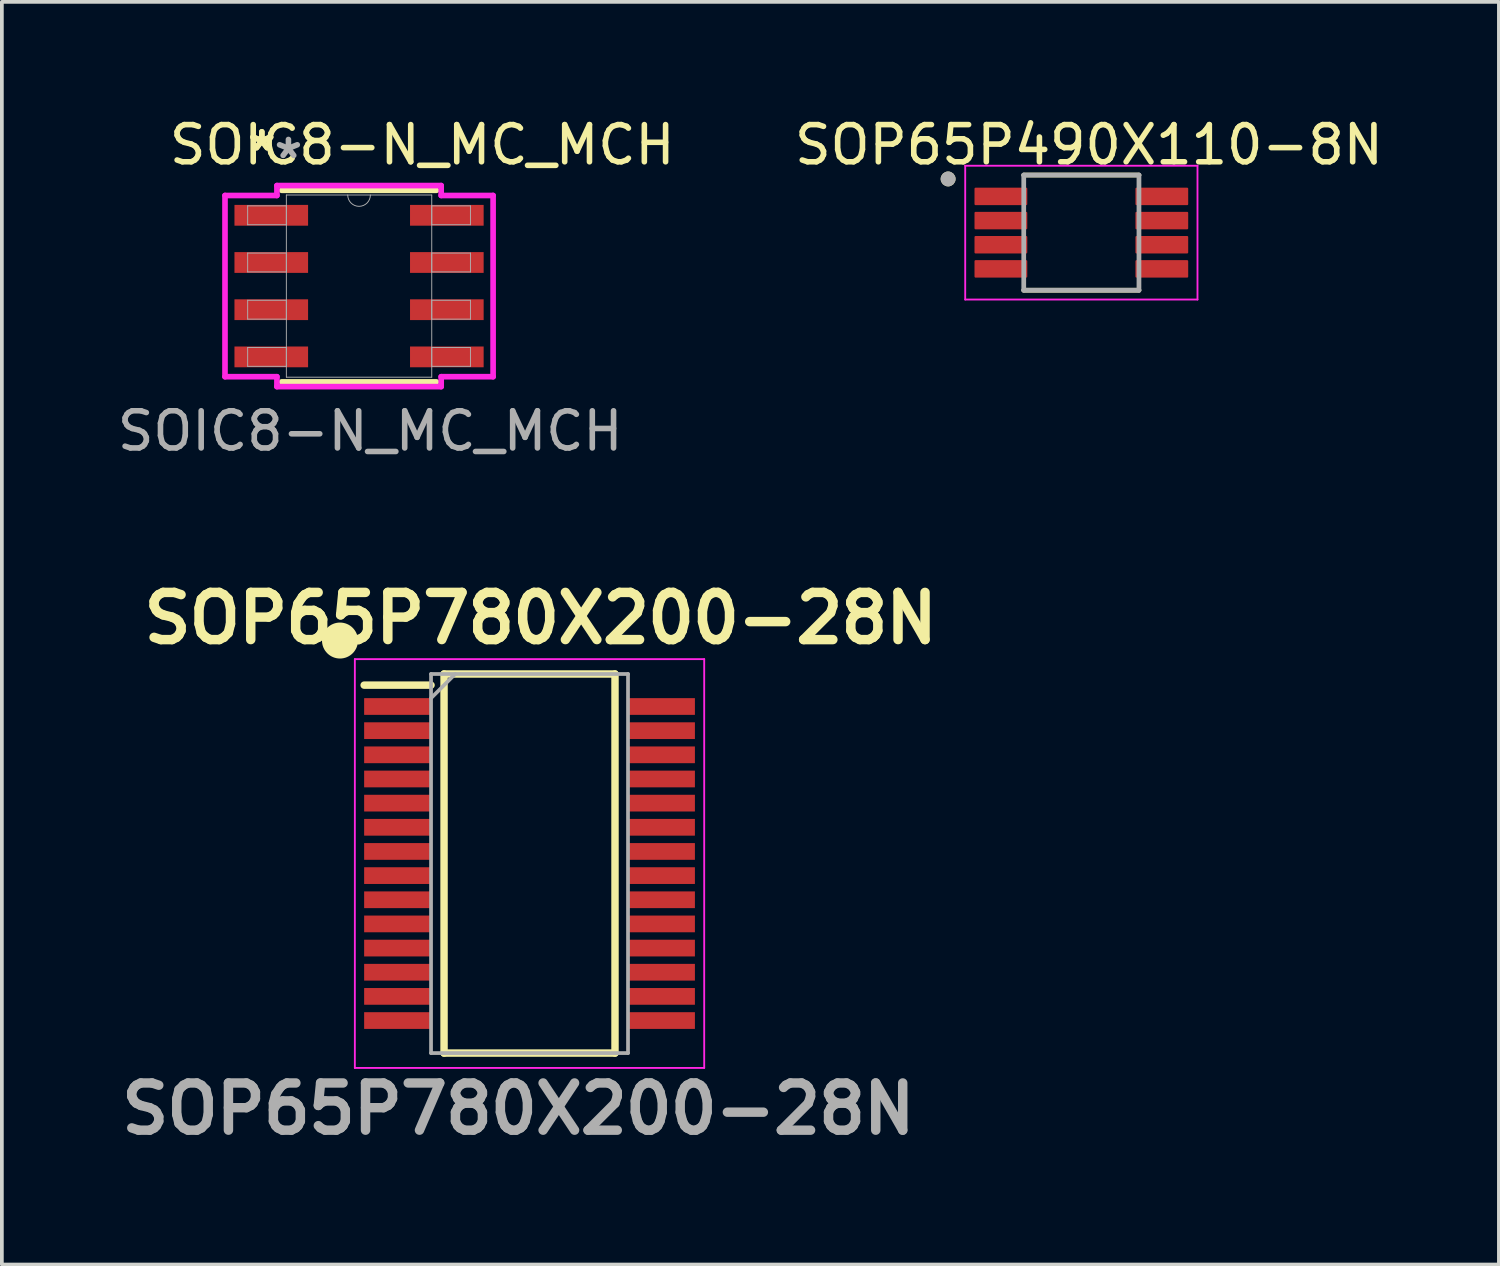
<source format=kicad_pcb>
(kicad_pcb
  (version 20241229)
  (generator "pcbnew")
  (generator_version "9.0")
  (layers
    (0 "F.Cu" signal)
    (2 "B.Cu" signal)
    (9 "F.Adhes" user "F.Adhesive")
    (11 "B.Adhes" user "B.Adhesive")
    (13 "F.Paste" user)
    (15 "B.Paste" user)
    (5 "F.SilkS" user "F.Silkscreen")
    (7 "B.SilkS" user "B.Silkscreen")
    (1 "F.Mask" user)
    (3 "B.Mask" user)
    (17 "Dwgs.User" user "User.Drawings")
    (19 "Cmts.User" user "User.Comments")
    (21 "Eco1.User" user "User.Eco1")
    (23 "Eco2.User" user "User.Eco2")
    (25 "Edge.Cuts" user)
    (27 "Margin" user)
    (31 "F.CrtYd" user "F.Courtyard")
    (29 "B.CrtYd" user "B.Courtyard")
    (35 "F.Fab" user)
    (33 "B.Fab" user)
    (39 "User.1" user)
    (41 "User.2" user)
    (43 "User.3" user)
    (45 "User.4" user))
  (footprint "SOIC8-N_MC_MCH"
    (layer "F.Cu")
    (at 6.611 4.648)
    (property "Reference" "SOIC8-N_MC_MCH" (at 1.7 -3.8 0) (unlocked yes) (layer "F.SilkS") (effects (font (size 1 1) (thickness 0.15))))
    (attr smd)
    (fp_line (start -2.083 2.578) (end 2.083 2.578) (stroke (width 0.152) (type solid)) (layer "F.SilkS"))
    (fp_line (start 2.083 -2.578) (end -2.083 -2.578) (stroke (width 0.152) (type solid)) (layer "F.SilkS"))
    (fp_line (start -3.607 -2.438) (end -2.21 -2.438) (stroke (width 0.152) (type solid)) (layer "F.CrtYd"))
    (fp_line (start -3.607 2.438) (end -3.607 -2.438) (stroke (width 0.152) (type solid)) (layer "F.CrtYd"))
    (fp_line (start -3.607 2.438) (end -2.21 2.438) (stroke (width 0.152) (type solid)) (layer "F.CrtYd"))
    (fp_line (start -2.21 -2.705) (end 2.21 -2.705) (stroke (width 0.152) (type solid)) (layer "F.CrtYd"))
    (fp_line (start -2.21 -2.438) (end -2.21 -2.705) (stroke (width 0.152) (type solid)) (layer "F.CrtYd"))
    (fp_line (start -2.21 2.705) (end -2.21 2.438) (stroke (width 0.152) (type solid)) (layer "F.CrtYd"))
    (fp_line (start 2.21 -2.705) (end 2.21 -2.438) (stroke (width 0.152) (type solid)) (layer "F.CrtYd"))
    (fp_line (start 2.21 2.438) (end 2.21 2.705) (stroke (width 0.152) (type solid)) (layer "F.CrtYd"))
    (fp_line (start 2.21 2.705) (end -2.21 2.705) (stroke (width 0.152) (type solid)) (layer "F.CrtYd"))
    (fp_line (start 3.607 -2.438) (end 2.21 -2.438) (stroke (width 0.152) (type solid)) (layer "F.CrtYd"))
    (fp_line (start 3.607 -2.438) (end 3.607 2.438) (stroke (width 0.152) (type solid)) (layer "F.CrtYd"))
    (fp_line (start 3.607 2.438) (end 2.21 2.438) (stroke (width 0.152) (type solid)) (layer "F.CrtYd"))
    (fp_line (start -2.997 -2.159) (end -2.997 -1.651) (stroke (width 0.025) (type solid)) (layer "F.Fab"))
    (fp_line (start -2.997 -1.651) (end -1.956 -1.651) (stroke (width 0.025) (type solid)) (layer "F.Fab"))
    (fp_line (start -2.997 -0.889) (end -2.997 -0.381) (stroke (width 0.025) (type solid)) (layer "F.Fab"))
    (fp_line (start -2.997 -0.381) (end -1.956 -0.381) (stroke (width 0.025) (type solid)) (layer "F.Fab"))
    (fp_line (start -2.997 0.381) (end -2.997 0.889) (stroke (width 0.025) (type solid)) (layer "F.Fab"))
    (fp_line (start -2.997 0.889) (end -1.956 0.889) (stroke (width 0.025) (type solid)) (layer "F.Fab"))
    (fp_line (start -2.997 1.651) (end -2.997 2.159) (stroke (width 0.025) (type solid)) (layer "F.Fab"))
    (fp_line (start -2.997 2.159) (end -1.956 2.159) (stroke (width 0.025) (type solid)) (layer "F.Fab"))
    (fp_line (start -1.956 -2.451) (end -1.956 2.451) (stroke (width 0.025) (type solid)) (layer "F.Fab"))
    (fp_line (start -1.956 -2.159) (end -2.997 -2.159) (stroke (width 0.025) (type solid)) (layer "F.Fab"))
    (fp_line (start -1.956 -1.651) (end -1.956 -2.159) (stroke (width 0.025) (type solid)) (layer "F.Fab"))
    (fp_line (start -1.956 -0.889) (end -2.997 -0.889) (stroke (width 0.025) (type solid)) (layer "F.Fab"))
    (fp_line (start -1.956 -0.381) (end -1.956 -0.889) (stroke (width 0.025) (type solid)) (layer "F.Fab"))
    (fp_line (start -1.956 0.381) (end -2.997 0.381) (stroke (width 0.025) (type solid)) (layer "F.Fab"))
    (fp_line (start -1.956 0.889) (end -1.956 0.381) (stroke (width 0.025) (type solid)) (layer "F.Fab"))
    (fp_line (start -1.956 1.651) (end -2.997 1.651) (stroke (width 0.025) (type solid)) (layer "F.Fab"))
    (fp_line (start -1.956 2.159) (end -1.956 1.651) (stroke (width 0.025) (type solid)) (layer "F.Fab"))
    (fp_line (start -1.956 2.451) (end 1.956 2.451) (stroke (width 0.025) (type solid)) (layer "F.Fab"))
    (fp_line (start 1.956 -2.451) (end -1.956 -2.451) (stroke (width 0.025) (type solid)) (layer "F.Fab"))
    (fp_line (start 1.956 -2.159) (end 1.956 -1.651) (stroke (width 0.025) (type solid)) (layer "F.Fab"))
    (fp_line (start 1.956 -1.651) (end 2.997 -1.651) (stroke (width 0.025) (type solid)) (layer "F.Fab"))
    (fp_line (start 1.956 -0.889) (end 1.956 -0.381) (stroke (width 0.025) (type solid)) (layer "F.Fab"))
    (fp_line (start 1.956 -0.381) (end 2.997 -0.381) (stroke (width 0.025) (type solid)) (layer "F.Fab"))
    (fp_line (start 1.956 0.381) (end 1.956 0.889) (stroke (width 0.025) (type solid)) (layer "F.Fab"))
    (fp_line (start 1.956 0.889) (end 2.997 0.889) (stroke (width 0.025) (type solid)) (layer "F.Fab"))
    (fp_line (start 1.956 1.651) (end 1.956 2.159) (stroke (width 0.025) (type solid)) (layer "F.Fab"))
    (fp_line (start 1.956 2.159) (end 2.997 2.159) (stroke (width 0.025) (type solid)) (layer "F.Fab"))
    (fp_line (start 1.956 2.451) (end 1.956 -2.451) (stroke (width 0.025) (type solid)) (layer "F.Fab"))
    (fp_line (start 2.997 -2.159) (end 1.956 -2.159) (stroke (width 0.025) (type solid)) (layer "F.Fab"))
    (fp_line (start 2.997 -1.651) (end 2.997 -2.159) (stroke (width 0.025) (type solid)) (layer "F.Fab"))
    (fp_line (start 2.997 -0.889) (end 1.956 -0.889) (stroke (width 0.025) (type solid)) (layer "F.Fab"))
    (fp_line (start 2.997 -0.381) (end 2.997 -0.889) (stroke (width 0.025) (type solid)) (layer "F.Fab"))
    (fp_line (start 2.997 0.381) (end 1.956 0.381) (stroke (width 0.025) (type solid)) (layer "F.Fab"))
    (fp_line (start 2.997 0.889) (end 2.997 0.381) (stroke (width 0.025) (type solid)) (layer "F.Fab"))
    (fp_line (start 2.997 1.651) (end 1.956 1.651) (stroke (width 0.025) (type solid)) (layer "F.Fab"))
    (fp_line (start 2.997 2.159) (end 2.997 1.651) (stroke (width 0.025) (type solid)) (layer "F.Fab"))
    (fp_arc (start 0.3048 -2.4511) (mid 0 -2.1463) (end -0.3048 -2.4511) (stroke (width 0.0254) (type solid)) (layer "F.Fab"))
    (fp_text user "*" (at -2.616 -3.607 0) (layer "F.SilkS") (effects (font (size 1 1) (thickness 0.15))))
    (fp_text user "*" (at -2.616 -3.607 0) (unlocked yes) (layer "F.SilkS") (effects (font (size 1 1) (thickness 0.15))))
    (fp_text user "${REFERENCE}" (at 0.3 3.9 0) (unlocked yes) (layer "F.Fab") (effects (font (size 1 1) (thickness 0.15))))
    (fp_text user "*" (at -1.9 -3.4 0) (unlocked yes) (layer "F.Fab") (effects (font (size 1 1) (thickness 0.15))))
    (pad "1" smd rect (at -2.362 -1.905) (size 1.981 0.559) (layers "F.Cu" "F.Mask" "F.Paste"))
    (pad "2" smd rect (at -2.362 -0.635) (size 1.981 0.559) (layers "F.Cu" "F.Mask" "F.Paste"))
    (pad "3" smd rect (at -2.362 0.635) (size 1.981 0.559) (layers "F.Cu" "F.Mask" "F.Paste"))
    (pad "4" smd rect (at -2.362 1.905) (size 1.981 0.559) (layers "F.Cu" "F.Mask" "F.Paste"))
    (pad "5" smd rect (at 2.362 1.905) (size 1.981 0.559) (layers "F.Cu" "F.Mask" "F.Paste"))
    (pad "6" smd rect (at 2.362 0.635) (size 1.981 0.559) (layers "F.Cu" "F.Mask" "F.Paste"))
    (pad "7" smd rect (at 2.362 -0.635) (size 1.981 0.559) (layers "F.Cu" "F.Mask" "F.Paste"))
    (pad "8" smd rect (at 2.362 -1.905) (size 1.981 0.559) (layers "F.Cu" "F.Mask" "F.Paste")))
  (footprint "SOP65P490X110-8N"
    (layer "F.Cu")
    (at 26.046 3.21)
    (property "Reference" "SOP65P490X110-8N" (at 0.205 -2.362 0) (layer "F.SilkS") (effects (font (size 1 1) (thickness 0.15))))
    (attr through_hole)
    (fp_line (start -1.55 -1.55) (end 1.55 -1.55) (stroke (width 0.127) (type solid)) (layer "F.SilkS"))
    (fp_line (start -1.55 1.55) (end 1.55 1.55) (stroke (width 0.127) (type solid)) (layer "F.SilkS"))
    (fp_circle (center -3.585 -1.445) (end -3.485 -1.445) (stroke (width 0.2) (type solid)) (fill no) (layer "F.SilkS"))
    (fp_line (start -3.125 -1.8) (end -3.125 1.8) (stroke (width 0.05) (type solid)) (layer "F.CrtYd"))
    (fp_line (start -3.125 -1.8) (end 3.125 -1.8) (stroke (width 0.05) (type solid)) (layer "F.CrtYd"))
    (fp_line (start -3.125 1.8) (end 3.125 1.8) (stroke (width 0.05) (type solid)) (layer "F.CrtYd"))
    (fp_line (start 3.125 -1.8) (end 3.125 1.8) (stroke (width 0.05) (type solid)) (layer "F.CrtYd"))
    (fp_line (start -1.55 -1.55) (end -1.55 1.55) (stroke (width 0.127) (type solid)) (layer "F.Fab"))
    (fp_line (start -1.55 -1.55) (end 1.55 -1.55) (stroke (width 0.127) (type solid)) (layer "F.Fab"))
    (fp_line (start -1.55 1.55) (end 1.55 1.55) (stroke (width 0.127) (type solid)) (layer "F.Fab"))
    (fp_line (start 1.55 -1.55) (end 1.55 1.55) (stroke (width 0.127) (type solid)) (layer "F.Fab"))
    (fp_circle (center -3.585 -1.445) (end -3.485 -1.445) (stroke (width 0.2) (type solid)) (fill no) (layer "F.Fab"))
    (pad "1" smd roundrect (at -2.165 -0.975) (size 1.42 0.47) (layers "F.Cu" "F.Mask" "F.Paste") (roundrect_rratio 0.06))
    (pad "2" smd roundrect (at -2.165 -0.325) (size 1.42 0.47) (layers "F.Cu" "F.Mask" "F.Paste") (roundrect_rratio 0.06))
    (pad "3" smd roundrect (at -2.165 0.325) (size 1.42 0.47) (layers "F.Cu" "F.Mask" "F.Paste") (roundrect_rratio 0.06))
    (pad "4" smd roundrect (at -2.165 0.975) (size 1.42 0.47) (layers "F.Cu" "F.Mask" "F.Paste") (roundrect_rratio 0.06))
    (pad "5" smd roundrect (at 2.165 0.975) (size 1.42 0.47) (layers "F.Cu" "F.Mask" "F.Paste") (roundrect_rratio 0.06))
    (pad "6" smd roundrect (at 2.165 0.325) (size 1.42 0.47) (layers "F.Cu" "F.Mask" "F.Paste") (roundrect_rratio 0.06))
    (pad "7" smd roundrect (at 2.165 -0.325) (size 1.42 0.47) (layers "F.Cu" "F.Mask" "F.Paste") (roundrect_rratio 0.06))
    (pad "8" smd roundrect (at 2.165 -0.975) (size 1.42 0.47) (layers "F.Cu" "F.Mask" "F.Paste") (roundrect_rratio 0.06)))
  (footprint "SOP65P780X200-28N"
    (layer "F.Cu")
    (at 11.198 20.185)
    (property "Reference" "SOP65P780X200-28N" (at 0.3 -6.6 0) (layer "F.SilkS") (effects (font (size 1.27 1.27) (thickness 0.254))))
    (attr smd)
    (fp_line (start -4.45 -4.8) (end -2.65 -4.8) (stroke (width 0.2) (type solid)) (layer "F.SilkS"))
    (fp_line (start -2.3 -5.1) (end 2.3 -5.1) (stroke (width 0.2) (type solid)) (layer "F.SilkS"))
    (fp_line (start -2.3 5.1) (end -2.3 -5.1) (stroke (width 0.2) (type solid)) (layer "F.SilkS"))
    (fp_line (start 2.3 -5.1) (end 2.3 5.1) (stroke (width 0.2) (type solid)) (layer "F.SilkS"))
    (fp_line (start 2.3 5.1) (end -2.3 5.1) (stroke (width 0.2) (type solid)) (layer "F.SilkS"))
    (fp_circle (center -5.1 -6) (end -4.676 -6) (stroke (width 0.12) (type solid)) (fill yes) (layer "F.SilkS"))
    (fp_line (start -4.7 -5.5) (end 4.7 -5.5) (stroke (width 0.05) (type solid)) (layer "F.CrtYd"))
    (fp_line (start -4.7 5.5) (end -4.7 -5.5) (stroke (width 0.05) (type solid)) (layer "F.CrtYd"))
    (fp_line (start 4.7 -5.5) (end 4.7 5.5) (stroke (width 0.05) (type solid)) (layer "F.CrtYd"))
    (fp_line (start 4.7 5.5) (end -4.7 5.5) (stroke (width 0.05) (type solid)) (layer "F.CrtYd"))
    (fp_line (start -2.65 -5.1) (end 2.65 -5.1) (stroke (width 0.1) (type solid)) (layer "F.Fab"))
    (fp_line (start -2.65 -4.45) (end -2 -5.1) (stroke (width 0.1) (type solid)) (layer "F.Fab"))
    (fp_line (start -2.65 5.1) (end -2.65 -5.1) (stroke (width 0.1) (type solid)) (layer "F.Fab"))
    (fp_line (start 2.65 -5.1) (end 2.65 5.1) (stroke (width 0.1) (type solid)) (layer "F.Fab"))
    (fp_line (start 2.65 5.1) (end -2.65 5.1) (stroke (width 0.1) (type solid)) (layer "F.Fab"))
    (fp_text user "${REFERENCE}" (at -0.3 6.6 0) (layer "F.Fab") (effects (font (size 1.27 1.27) (thickness 0.254))))
    (pad "1" smd rect (at -3.55 -4.225 90) (size 0.45 1.8) (layers "F.Cu" "F.Mask" "F.Paste"))
    (pad "2" smd rect (at -3.55 -3.575 90) (size 0.45 1.8) (layers "F.Cu" "F.Mask" "F.Paste"))
    (pad "3" smd rect (at -3.55 -2.925 90) (size 0.45 1.8) (layers "F.Cu" "F.Mask" "F.Paste"))
    (pad "4" smd rect (at -3.55 -2.275 90) (size 0.45 1.8) (layers "F.Cu" "F.Mask" "F.Paste"))
    (pad "5" smd rect (at -3.55 -1.625 90) (size 0.45 1.8) (layers "F.Cu" "F.Mask" "F.Paste"))
    (pad "6" smd rect (at -3.55 -0.975 90) (size 0.45 1.8) (layers "F.Cu" "F.Mask" "F.Paste"))
    (pad "7" smd rect (at -3.55 -0.325 90) (size 0.45 1.8) (layers "F.Cu" "F.Mask" "F.Paste"))
    (pad "8" smd rect (at -3.55 0.325 90) (size 0.45 1.8) (layers "F.Cu" "F.Mask" "F.Paste"))
    (pad "9" smd rect (at -3.55 0.975 90) (size 0.45 1.8) (layers "F.Cu" "F.Mask" "F.Paste"))
    (pad "10" smd rect (at -3.55 1.625 90) (size 0.45 1.8) (layers "F.Cu" "F.Mask" "F.Paste"))
    (pad "11" smd rect (at -3.55 2.275 90) (size 0.45 1.8) (layers "F.Cu" "F.Mask" "F.Paste"))
    (pad "12" smd rect (at -3.55 2.925 90) (size 0.45 1.8) (layers "F.Cu" "F.Mask" "F.Paste"))
    (pad "13" smd rect (at -3.55 3.575 90) (size 0.45 1.8) (layers "F.Cu" "F.Mask" "F.Paste"))
    (pad "14" smd rect (at -3.55 4.225 90) (size 0.45 1.8) (layers "F.Cu" "F.Mask" "F.Paste"))
    (pad "15" smd rect (at 3.55 4.225 90) (size 0.45 1.8) (layers "F.Cu" "F.Mask" "F.Paste"))
    (pad "16" smd rect (at 3.55 3.575 90) (size 0.45 1.8) (layers "F.Cu" "F.Mask" "F.Paste"))
    (pad "17" smd rect (at 3.55 2.925 90) (size 0.45 1.8) (layers "F.Cu" "F.Mask" "F.Paste"))
    (pad "18" smd rect (at 3.55 2.275 90) (size 0.45 1.8) (layers "F.Cu" "F.Mask" "F.Paste"))
    (pad "19" smd rect (at 3.55 1.625 90) (size 0.45 1.8) (layers "F.Cu" "F.Mask" "F.Paste"))
    (pad "20" smd rect (at 3.55 0.975 90) (size 0.45 1.8) (layers "F.Cu" "F.Mask" "F.Paste"))
    (pad "21" smd rect (at 3.55 0.325 90) (size 0.45 1.8) (layers "F.Cu" "F.Mask" "F.Paste"))
    (pad "22" smd rect (at 3.55 -0.325 90) (size 0.45 1.8) (layers "F.Cu" "F.Mask" "F.Paste"))
    (pad "23" smd rect (at 3.55 -0.975 90) (size 0.45 1.8) (layers "F.Cu" "F.Mask" "F.Paste"))
    (pad "24" smd rect (at 3.55 -1.625 90) (size 0.45 1.8) (layers "F.Cu" "F.Mask" "F.Paste"))
    (pad "25" smd rect (at 3.55 -2.275 90) (size 0.45 1.8) (layers "F.Cu" "F.Mask" "F.Paste"))
    (pad "26" smd rect (at 3.55 -2.925 90) (size 0.45 1.8) (layers "F.Cu" "F.Mask" "F.Paste"))
    (pad "27" smd rect (at 3.55 -3.575 90) (size 0.45 1.8) (layers "F.Cu" "F.Mask" "F.Paste"))
    (pad "28" smd rect (at 3.55 -4.225 90) (size 0.45 1.8) (layers "F.Cu" "F.Mask" "F.Paste")))
  (gr_rect
    (start -3 -3)
    (end 37.281 30.974)
    (stroke (width 0.1) (type default))
    (fill no)
    (layer "Edge.Cuts")))
</source>
